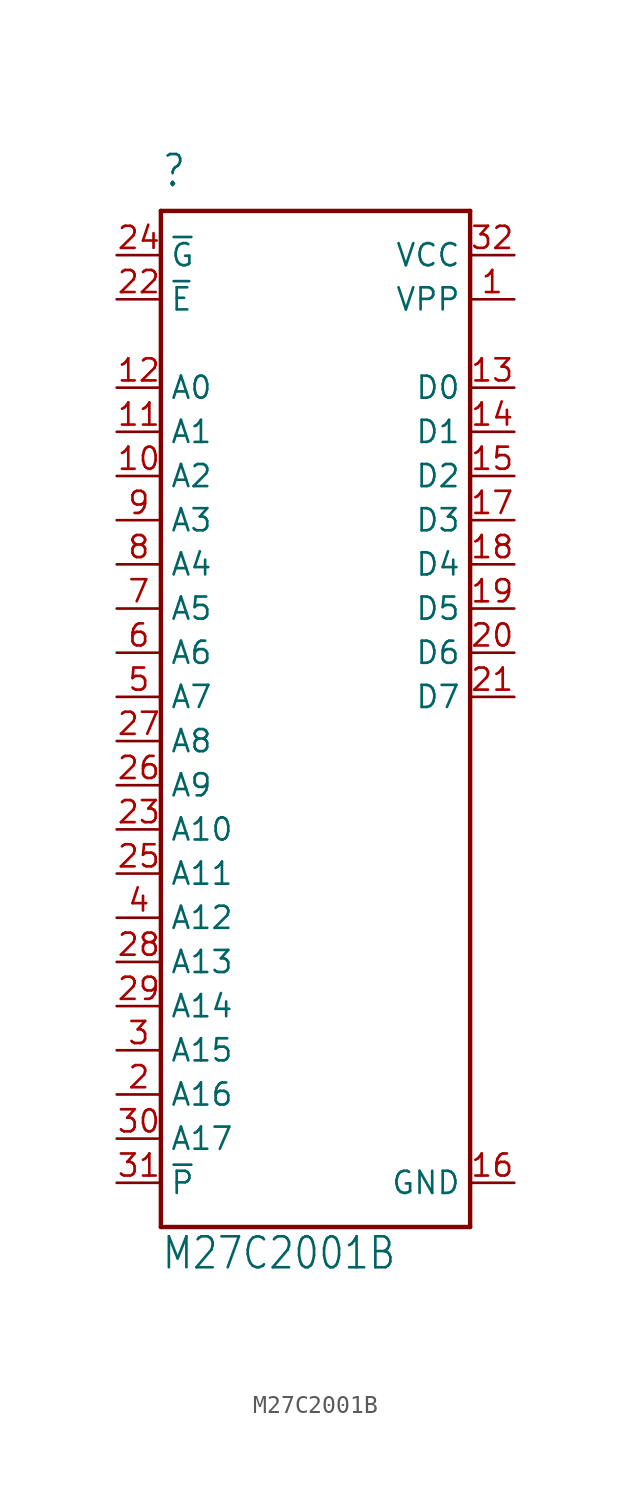
<source format=kicad_sym>
(kicad_symbol_lib
  (version 20211014)
  (generator kicad_symbol_editor)
  (symbol "M27C2001B"
    (property "Reference" ""
      (at -7.62 29.21 0)
      (effects (font (size 1.778 1.511)) (justify left bottom)))
    (property "Value" "M27C2001B"
      (at -7.62 -33.02 0)
      (effects (font (size 1.778 1.511)) (justify left bottom)))
    (property "ki_locked" ""
      (at 0 0 0)
      (effects (font (size 1.27 1.27))))
    (symbol "M27C2001B_1_0"
      (polyline (pts (xy -7.62 -30.48) (xy -7.62 27.94)) (stroke (width 0.254) (type default) (color 0 0 0 0)) (fill (type none)))
      (polyline (pts (xy -7.62 27.94) (xy 10.16 27.94)) (stroke (width 0.254) (type default) (color 0 0 0 0)) (fill (type none)))
      (polyline (pts (xy 10.16 -30.48) (xy -7.62 -30.48)) (stroke (width 0.254) (type default) (color 0 0 0 0)) (fill (type none)))
      (polyline (pts (xy 10.16 27.94) (xy 10.16 -30.48)) (stroke (width 0.254) (type default) (color 0 0 0 0)) (fill (type none)))
      (pin power_in line (at 12.7 22.86 180) (length 2.54) (name "VPP" (effects (font (size 1.27 1.27)))) (number "1" (effects (font (size 1.27 1.27)))))
      (pin input line (at -10.16 12.7 0) (length 2.54) (name "A2" (effects (font (size 1.27 1.27)))) (number "10" (effects (font (size 1.27 1.27)))))
      (pin input line (at -10.16 15.24 0) (length 2.54) (name "A1" (effects (font (size 1.27 1.27)))) (number "11" (effects (font (size 1.27 1.27)))))
      (pin input line (at -10.16 17.78 0) (length 2.54) (name "A0" (effects (font (size 1.27 1.27)))) (number "12" (effects (font (size 1.27 1.27)))))
      (pin tri_state line (at 12.7 17.78 180) (length 2.54) (name "D0" (effects (font (size 1.27 1.27)))) (number "13" (effects (font (size 1.27 1.27)))))
      (pin tri_state line (at 12.7 15.24 180) (length 2.54) (name "D1" (effects (font (size 1.27 1.27)))) (number "14" (effects (font (size 1.27 1.27)))))
      (pin tri_state line (at 12.7 12.7 180) (length 2.54) (name "D2" (effects (font (size 1.27 1.27)))) (number "15" (effects (font (size 1.27 1.27)))))
      (pin power_in line (at 12.7 -27.94 180) (length 2.54) (name "GND" (effects (font (size 1.27 1.27)))) (number "16" (effects (font (size 1.27 1.27)))))
      (pin tri_state line (at 12.7 10.16 180) (length 2.54) (name "D3" (effects (font (size 1.27 1.27)))) (number "17" (effects (font (size 1.27 1.27)))))
      (pin tri_state line (at 12.7 7.62 180) (length 2.54) (name "D4" (effects (font (size 1.27 1.27)))) (number "18" (effects (font (size 1.27 1.27)))))
      (pin tri_state line (at 12.7 5.08 180) (length 2.54) (name "D5" (effects (font (size 1.27 1.27)))) (number "19" (effects (font (size 1.27 1.27)))))
      (pin input line (at -10.16 -22.86 0) (length 2.54) (name "A16" (effects (font (size 1.27 1.27)))) (number "2" (effects (font (size 1.27 1.27)))))
      (pin tri_state line (at 12.7 2.54 180) (length 2.54) (name "D6" (effects (font (size 1.27 1.27)))) (number "20" (effects (font (size 1.27 1.27)))))
      (pin tri_state line (at 12.7 0 180) (length 2.54) (name "D7" (effects (font (size 1.27 1.27)))) (number "21" (effects (font (size 1.27 1.27)))))
      (pin input line (at -10.16 22.86 0) (length 2.54) (name "~{E}" (effects (font (size 1.27 1.27)))) (number "22" (effects (font (size 1.27 1.27)))))
      (pin input line (at -10.16 -7.62 0) (length 2.54) (name "A10" (effects (font (size 1.27 1.27)))) (number "23" (effects (font (size 1.27 1.27)))))
      (pin input line (at -10.16 25.4 0) (length 2.54) (name "~{G}" (effects (font (size 1.27 1.27)))) (number "24" (effects (font (size 1.27 1.27)))))
      (pin input line (at -10.16 -10.16 0) (length 2.54) (name "A11" (effects (font (size 1.27 1.27)))) (number "25" (effects (font (size 1.27 1.27)))))
      (pin input line (at -10.16 -5.08 0) (length 2.54) (name "A9" (effects (font (size 1.27 1.27)))) (number "26" (effects (font (size 1.27 1.27)))))
      (pin input line (at -10.16 -2.54 0) (length 2.54) (name "A8" (effects (font (size 1.27 1.27)))) (number "27" (effects (font (size 1.27 1.27)))))
      (pin input line (at -10.16 -15.24 0) (length 2.54) (name "A13" (effects (font (size 1.27 1.27)))) (number "28" (effects (font (size 1.27 1.27)))))
      (pin input line (at -10.16 -17.78 0) (length 2.54) (name "A14" (effects (font (size 1.27 1.27)))) (number "29" (effects (font (size 1.27 1.27)))))
      (pin input line (at -10.16 -20.32 0) (length 2.54) (name "A15" (effects (font (size 1.27 1.27)))) (number "3" (effects (font (size 1.27 1.27)))))
      (pin input line (at -10.16 -25.4 0) (length 2.54) (name "A17" (effects (font (size 1.27 1.27)))) (number "30" (effects (font (size 1.27 1.27)))))
      (pin input line (at -10.16 -27.94 0) (length 2.54) (name "~{P}" (effects (font (size 1.27 1.27)))) (number "31" (effects (font (size 1.27 1.27)))))
      (pin power_in line (at 12.7 25.4 180) (length 2.54) (name "VCC" (effects (font (size 1.27 1.27)))) (number "32" (effects (font (size 1.27 1.27)))))
      (pin input line (at -10.16 -12.7 0) (length 2.54) (name "A12" (effects (font (size 1.27 1.27)))) (number "4" (effects (font (size 1.27 1.27)))))
      (pin input line (at -10.16 0 0) (length 2.54) (name "A7" (effects (font (size 1.27 1.27)))) (number "5" (effects (font (size 1.27 1.27)))))
      (pin input line (at -10.16 2.54 0) (length 2.54) (name "A6" (effects (font (size 1.27 1.27)))) (number "6" (effects (font (size 1.27 1.27)))))
      (pin input line (at -10.16 5.08 0) (length 2.54) (name "A5" (effects (font (size 1.27 1.27)))) (number "7" (effects (font (size 1.27 1.27)))))
      (pin input line (at -10.16 7.62 0) (length 2.54) (name "A4" (effects (font (size 1.27 1.27)))) (number "8" (effects (font (size 1.27 1.27)))))
      (pin input line (at -10.16 10.16 0) (length 2.54) (name "A3" (effects (font (size 1.27 1.27)))) (number "9" (effects (font (size 1.27 1.27))))))))
</source>
